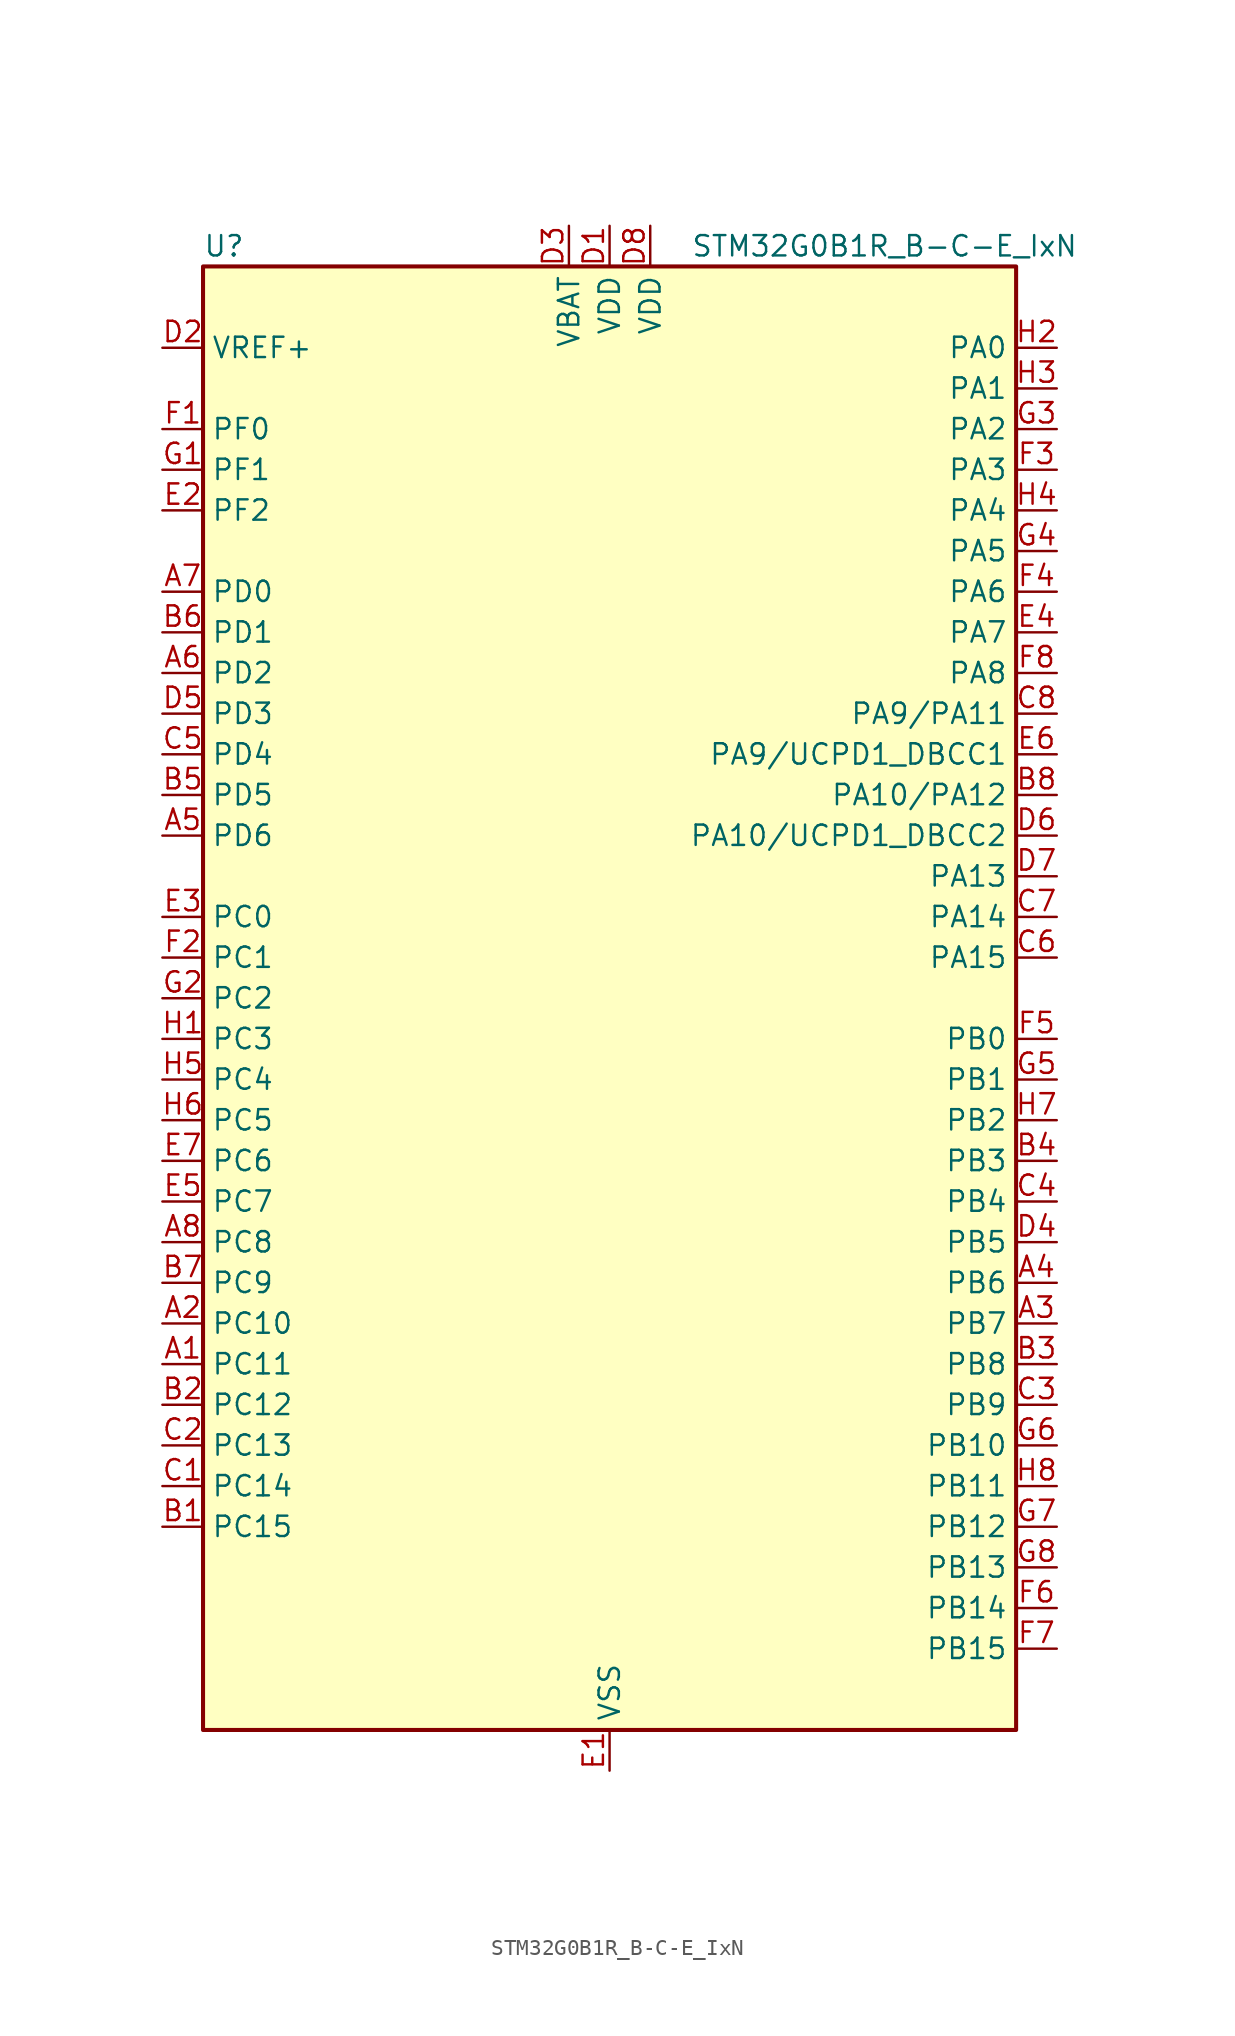
<source format=kicad_sym>
(kicad_symbol_lib
  (version 20241209)
  (generator "kicad_symbol_editor")
  (generator_version "9.0")
  (symbol "STM32G0B1R_B-C-E_IxN"
    (property "Reference" "U"
      (at -25.4 46.99 0)
      (effects (font (size 1.27 1.27)) (justify left)))
    (property "Value" "STM32G0B1R_B-C-E_IxN"
      (at 5.08 46.99 0)
      (effects (font (size 1.27 1.27)) (justify left)))
    (symbol "STM32G0B1R_B-C-E_IxN_0_1"
      (rectangle (start -25.4 -45.72) (end 25.4 45.72) (stroke (width 0.254) (type default)) (fill (type background))))
    (symbol "STM32G0B1R_B-C-E_IxN_1_1"
      (pin input line (at -27.94 40.64 0) (length 2.54) (name "VREF+" (effects (font (size 1.27 1.27)))) (number "D2" (effects (font (size 1.27 1.27)))) (alternate "VREFBUF_OUT" bidirectional line))
      (pin bidirectional line (at -27.94 35.56 0) (length 2.54) (name "PF0" (effects (font (size 1.27 1.27)))) (number "F1" (effects (font (size 1.27 1.27)))) (alternate "CRS1_SYNC" bidirectional line) (alternate "RCC_OSC_IN" bidirectional line) (alternate "TIM14_CH1" bidirectional line))
      (pin bidirectional line (at -27.94 33.02 0) (length 2.54) (name "PF1" (effects (font (size 1.27 1.27)))) (number "G1" (effects (font (size 1.27 1.27)))) (alternate "RCC_OSC_EN" bidirectional line) (alternate "RCC_OSC_OUT" bidirectional line) (alternate "TIM15_CH1N" bidirectional line))
      (pin bidirectional line (at -27.94 30.48 0) (length 2.54) (name "PF2" (effects (font (size 1.27 1.27)))) (number "E2" (effects (font (size 1.27 1.27)))) (alternate "LPUART2_DE" bidirectional line) (alternate "LPUART2_RTS" bidirectional line) (alternate "LPUART2_TX" bidirectional line) (alternate "RCC_MCO" bidirectional line))
      (pin bidirectional line (at -27.94 25.4 0) (length 2.54) (name "PD0" (effects (font (size 1.27 1.27)))) (number "A7" (effects (font (size 1.27 1.27)))) (alternate "FDCAN1_RX" bidirectional line) (alternate "I2S2_WS" bidirectional line) (alternate "SPI2_NSS" bidirectional line) (alternate "TIM16_CH1" bidirectional line) (alternate "UCPD2_CC1" bidirectional line))
      (pin bidirectional line (at -27.94 22.86 0) (length 2.54) (name "PD1" (effects (font (size 1.27 1.27)))) (number "B6" (effects (font (size 1.27 1.27)))) (alternate "FDCAN1_TX" bidirectional line) (alternate "I2S2_CK" bidirectional line) (alternate "SPI2_SCK" bidirectional line) (alternate "TIM17_CH1" bidirectional line) (alternate "UCPD2_DBCC1" bidirectional line))
      (pin bidirectional line (at -27.94 20.32 0) (length 2.54) (name "PD2" (effects (font (size 1.27 1.27)))) (number "A6" (effects (font (size 1.27 1.27)))) (alternate "TIM1_CH1N" bidirectional line) (alternate "TIM3_ETR" bidirectional line) (alternate "UCPD2_CC2" bidirectional line) (alternate "USART3_CK" bidirectional line) (alternate "USART3_DE" bidirectional line) (alternate "USART3_RTS" bidirectional line) (alternate "USART5_RX" bidirectional line))
      (pin bidirectional line (at -27.94 17.78 0) (length 2.54) (name "PD3" (effects (font (size 1.27 1.27)))) (number "D5" (effects (font (size 1.27 1.27)))) (alternate "I2S2_MCK" bidirectional line) (alternate "SPI2_MISO" bidirectional line) (alternate "TIM1_CH2N" bidirectional line) (alternate "UCPD2_DBCC2" bidirectional line) (alternate "USART2_CTS" bidirectional line) (alternate "USART2_NSS" bidirectional line) (alternate "USART5_TX" bidirectional line))
      (pin bidirectional line (at -27.94 15.24 0) (length 2.54) (name "PD4" (effects (font (size 1.27 1.27)))) (number "C5" (effects (font (size 1.27 1.27)))) (alternate "I2S2_SD" bidirectional line) (alternate "SPI2_MOSI" bidirectional line) (alternate "TIM1_CH3N" bidirectional line) (alternate "USART2_CK" bidirectional line) (alternate "USART2_DE" bidirectional line) (alternate "USART2_RTS" bidirectional line) (alternate "USART5_CK" bidirectional line) (alternate "USART5_DE" bidirectional line) (alternate "USART5_RTS" bidirectional line))
      (pin bidirectional line (at -27.94 12.7 0) (length 2.54) (name "PD5" (effects (font (size 1.27 1.27)))) (number "B5" (effects (font (size 1.27 1.27)))) (alternate "I2S1_MCK" bidirectional line) (alternate "SPI1_MISO" bidirectional line) (alternate "TIM1_BK" bidirectional line) (alternate "USART2_TX" bidirectional line) (alternate "USART5_CTS" bidirectional line) (alternate "USART5_NSS" bidirectional line))
      (pin bidirectional line (at -27.94 10.16 0) (length 2.54) (name "PD6" (effects (font (size 1.27 1.27)))) (number "A5" (effects (font (size 1.27 1.27)))) (alternate "I2S1_SD" bidirectional line) (alternate "LPTIM2_OUT" bidirectional line) (alternate "SPI1_MOSI" bidirectional line) (alternate "USART2_RX" bidirectional line))
      (pin bidirectional line (at -27.94 5.08 0) (length 2.54) (name "PC0" (effects (font (size 1.27 1.27)))) (number "E3" (effects (font (size 1.27 1.27)))) (alternate "COMP3_INM" bidirectional line) (alternate "COMP3_OUT" bidirectional line) (alternate "I2C3_SCL" bidirectional line) (alternate "LPTIM1_IN1" bidirectional line) (alternate "LPTIM2_IN1" bidirectional line) (alternate "LPUART1_RX" bidirectional line) (alternate "LPUART2_TX" bidirectional line) (alternate "USART6_TX" bidirectional line))
      (pin bidirectional line (at -27.94 2.54 0) (length 2.54) (name "PC1" (effects (font (size 1.27 1.27)))) (number "F2" (effects (font (size 1.27 1.27)))) (alternate "COMP3_INP" bidirectional line) (alternate "I2C3_SDA" bidirectional line) (alternate "LPTIM1_OUT" bidirectional line) (alternate "LPUART1_TX" bidirectional line) (alternate "LPUART2_RX" bidirectional line) (alternate "TIM15_CH1" bidirectional line) (alternate "USART6_RX" bidirectional line))
      (pin bidirectional line (at -27.94 0 0) (length 2.54) (name "PC2" (effects (font (size 1.27 1.27)))) (number "G2" (effects (font (size 1.27 1.27)))) (alternate "COMP3_OUT" bidirectional line) (alternate "FDCAN2_RX" bidirectional line) (alternate "I2S2_MCK" bidirectional line) (alternate "LPTIM1_IN2" bidirectional line) (alternate "SPI2_MISO" bidirectional line) (alternate "TIM15_CH2" bidirectional line))
      (pin bidirectional line (at -27.94 -2.54 0) (length 2.54) (name "PC3" (effects (font (size 1.27 1.27)))) (number "H1" (effects (font (size 1.27 1.27)))) (alternate "FDCAN2_TX" bidirectional line) (alternate "I2S2_SD" bidirectional line) (alternate "LPTIM1_ETR" bidirectional line) (alternate "LPTIM2_ETR" bidirectional line) (alternate "SPI2_MOSI" bidirectional line))
      (pin bidirectional line (at -27.94 -5.08 0) (length 2.54) (name "PC4" (effects (font (size 1.27 1.27)))) (number "H5" (effects (font (size 1.27 1.27)))) (alternate "ADC1_IN17" bidirectional line) (alternate "COMP1_INM" bidirectional line) (alternate "FDCAN1_RX" bidirectional line) (alternate "TIM2_CH1" bidirectional line) (alternate "TIM2_ETR" bidirectional line) (alternate "USART1_TX" bidirectional line) (alternate "USART3_TX" bidirectional line))
      (pin bidirectional line (at -27.94 -7.62 0) (length 2.54) (name "PC5" (effects (font (size 1.27 1.27)))) (number "H6" (effects (font (size 1.27 1.27)))) (alternate "ADC1_IN18" bidirectional line) (alternate "COMP1_INP" bidirectional line) (alternate "FDCAN1_TX" bidirectional line) (alternate "SYS_WKUP5" bidirectional line) (alternate "TIM2_CH2" bidirectional line) (alternate "USART1_RX" bidirectional line) (alternate "USART3_RX" bidirectional line))
      (pin bidirectional line (at -27.94 -10.16 0) (length 2.54) (name "PC6" (effects (font (size 1.27 1.27)))) (number "E7" (effects (font (size 1.27 1.27)))) (alternate "LPUART2_TX" bidirectional line) (alternate "TIM2_CH3" bidirectional line) (alternate "TIM3_CH1" bidirectional line) (alternate "UCPD1_FRSTX1" bidirectional line) (alternate "UCPD1_FRSTX2" bidirectional line))
      (pin bidirectional line (at -27.94 -12.7 0) (length 2.54) (name "PC7" (effects (font (size 1.27 1.27)))) (number "E5" (effects (font (size 1.27 1.27)))) (alternate "LPUART2_RX" bidirectional line) (alternate "TIM2_CH4" bidirectional line) (alternate "TIM3_CH2" bidirectional line) (alternate "UCPD2_FRSTX1" bidirectional line) (alternate "UCPD2_FRSTX2" bidirectional line))
      (pin bidirectional line (at -27.94 -15.24 0) (length 2.54) (name "PC8" (effects (font (size 1.27 1.27)))) (number "A8" (effects (font (size 1.27 1.27)))) (alternate "LPUART2_CTS" bidirectional line) (alternate "TIM1_CH1" bidirectional line) (alternate "TIM3_CH3" bidirectional line) (alternate "UCPD2_FRSTX1" bidirectional line) (alternate "UCPD2_FRSTX2" bidirectional line))
      (pin bidirectional line (at -27.94 -17.78 0) (length 2.54) (name "PC9" (effects (font (size 1.27 1.27)))) (number "B7" (effects (font (size 1.27 1.27)))) (alternate "DAC1_EXTI9" bidirectional line) (alternate "I2S_CKIN" bidirectional line) (alternate "LPUART2_DE" bidirectional line) (alternate "LPUART2_RTS" bidirectional line) (alternate "TIM1_CH2" bidirectional line) (alternate "TIM3_CH4" bidirectional line) (alternate "USB_NOE" bidirectional line))
      (pin bidirectional line (at -27.94 -20.32 0) (length 2.54) (name "PC10" (effects (font (size 1.27 1.27)))) (number "A2" (effects (font (size 1.27 1.27)))) (alternate "SPI3_SCK" bidirectional line) (alternate "TIM1_CH3" bidirectional line) (alternate "USART3_TX" bidirectional line) (alternate "USART4_TX" bidirectional line))
      (pin bidirectional line (at -27.94 -22.86 0) (length 2.54) (name "PC11" (effects (font (size 1.27 1.27)))) (number "A1" (effects (font (size 1.27 1.27)))) (alternate "ADC1_EXTI11" bidirectional line) (alternate "SPI3_MISO" bidirectional line) (alternate "TIM1_CH4" bidirectional line) (alternate "USART3_RX" bidirectional line) (alternate "USART4_RX" bidirectional line))
      (pin bidirectional line (at -27.94 -25.4 0) (length 2.54) (name "PC12" (effects (font (size 1.27 1.27)))) (number "B2" (effects (font (size 1.27 1.27)))) (alternate "LPTIM1_IN1" bidirectional line) (alternate "SPI3_MOSI" bidirectional line) (alternate "TIM14_CH1" bidirectional line) (alternate "UCPD1_FRSTX1" bidirectional line) (alternate "UCPD1_FRSTX2" bidirectional line) (alternate "USART5_TX" bidirectional line))
      (pin bidirectional line (at -27.94 -27.94 0) (length 2.54) (name "PC13" (effects (font (size 1.27 1.27)))) (number "C2" (effects (font (size 1.27 1.27)))) (alternate "RTC_OUT1" bidirectional line) (alternate "RTC_TAMP_IN1" bidirectional line) (alternate "RTC_TS" bidirectional line) (alternate "SYS_WKUP2" bidirectional line) (alternate "TIM1_BK" bidirectional line))
      (pin bidirectional line (at -27.94 -30.48 0) (length 2.54) (name "PC14" (effects (font (size 1.27 1.27)))) (number "C1" (effects (font (size 1.27 1.27)))) (alternate "RCC_OSC32_IN" bidirectional line) (alternate "TIM1_BK2" bidirectional line))
      (pin bidirectional line (at -27.94 -33.02 0) (length 2.54) (name "PC15" (effects (font (size 1.27 1.27)))) (number "B1" (effects (font (size 1.27 1.27)))) (alternate "RCC_OSC32_EN" bidirectional line) (alternate "RCC_OSC32_OUT" bidirectional line) (alternate "RCC_OSC_EN" bidirectional line) (alternate "TIM15_BK" bidirectional line))
      (pin power_in line (at -2.54 48.26 270) (length 2.54) (name "VBAT" (effects (font (size 1.27 1.27)))) (number "D3" (effects (font (size 1.27 1.27)))))
      (pin power_in line (at 0 48.26 270) (length 2.54) (name "VDD" (effects (font (size 1.27 1.27)))) (number "D1" (effects (font (size 1.27 1.27)))))
      (pin power_in line (at 0 -48.26 90) (length 2.54) (name "VSS" (effects (font (size 1.27 1.27)))) (number "E1" (effects (font (size 1.27 1.27)))))
      (pin passive line (at 0 -48.26 90) (length 2.54) (hide yes) (name "VSS" (effects (font (size 1.27 1.27)))) (number "E8" (effects (font (size 1.27 1.27)))))
      (pin power_in line (at 2.54 48.26 270) (length 2.54) (name "VDD" (effects (font (size 1.27 1.27)))) (number "D8" (effects (font (size 1.27 1.27)))))
      (pin bidirectional line (at 27.94 40.64 180) (length 2.54) (name "PA0" (effects (font (size 1.27 1.27)))) (number "H2" (effects (font (size 1.27 1.27)))) (alternate "ADC1_IN0" bidirectional line) (alternate "COMP1_INM" bidirectional line) (alternate "COMP1_OUT" bidirectional line) (alternate "I2S2_CK" bidirectional line) (alternate "LPTIM1_OUT" bidirectional line) (alternate "RTC_TAMP_IN2" bidirectional line) (alternate "SPI2_SCK" bidirectional line) (alternate "SYS_WKUP1" bidirectional line) (alternate "TIM2_CH1" bidirectional line) (alternate "TIM2_ETR" bidirectional line) (alternate "UCPD2_FRSTX1" bidirectional line) (alternate "UCPD2_FRSTX2" bidirectional line) (alternate "USART2_CTS" bidirectional line) (alternate "USART2_NSS" bidirectional line) (alternate "USART4_TX" bidirectional line))
      (pin bidirectional line (at 27.94 38.1 180) (length 2.54) (name "PA1" (effects (font (size 1.27 1.27)))) (number "H3" (effects (font (size 1.27 1.27)))) (alternate "ADC1_IN1" bidirectional line) (alternate "COMP1_INP" bidirectional line) (alternate "I2C1_SMBA" bidirectional line) (alternate "I2S1_CK" bidirectional line) (alternate "SPI1_SCK" bidirectional line) (alternate "TIM15_CH1N" bidirectional line) (alternate "TIM2_CH2" bidirectional line) (alternate "USART2_CK" bidirectional line) (alternate "USART2_DE" bidirectional line) (alternate "USART2_RTS" bidirectional line) (alternate "USART4_RX" bidirectional line))
      (pin bidirectional line (at 27.94 35.56 180) (length 2.54) (name "PA2" (effects (font (size 1.27 1.27)))) (number "G3" (effects (font (size 1.27 1.27)))) (alternate "ADC1_IN2" bidirectional line) (alternate "COMP2_INM" bidirectional line) (alternate "COMP2_OUT" bidirectional line) (alternate "I2S1_SD" bidirectional line) (alternate "LPUART1_TX" bidirectional line) (alternate "RCC_LSCO" bidirectional line) (alternate "SPI1_MOSI" bidirectional line) (alternate "SYS_WKUP4" bidirectional line) (alternate "TIM15_CH1" bidirectional line) (alternate "TIM2_CH3" bidirectional line) (alternate "UCPD1_FRSTX1" bidirectional line) (alternate "UCPD1_FRSTX2" bidirectional line) (alternate "USART2_TX" bidirectional line))
      (pin bidirectional line (at 27.94 33.02 180) (length 2.54) (name "PA3" (effects (font (size 1.27 1.27)))) (number "F3" (effects (font (size 1.27 1.27)))) (alternate "ADC1_IN3" bidirectional line) (alternate "COMP2_INP" bidirectional line) (alternate "I2S2_MCK" bidirectional line) (alternate "LPUART1_RX" bidirectional line) (alternate "SPI2_MISO" bidirectional line) (alternate "TIM15_CH2" bidirectional line) (alternate "TIM2_CH4" bidirectional line) (alternate "UCPD2_FRSTX1" bidirectional line) (alternate "UCPD2_FRSTX2" bidirectional line) (alternate "USART2_RX" bidirectional line))
      (pin bidirectional line (at 27.94 30.48 180) (length 2.54) (name "PA4" (effects (font (size 1.27 1.27)))) (number "H4" (effects (font (size 1.27 1.27)))) (alternate "ADC1_IN4" bidirectional line) (alternate "DAC1_OUT1" bidirectional line) (alternate "I2S1_WS" bidirectional line) (alternate "I2S2_SD" bidirectional line) (alternate "LPTIM2_OUT" bidirectional line) (alternate "RTC_OUT2" bidirectional line) (alternate "SPI1_NSS" bidirectional line) (alternate "SPI2_MOSI" bidirectional line) (alternate "SPI3_NSS" bidirectional line) (alternate "TIM14_CH1" bidirectional line) (alternate "UCPD2_FRSTX1" bidirectional line) (alternate "UCPD2_FRSTX2" bidirectional line) (alternate "USART6_TX" bidirectional line) (alternate "USB_NOE" bidirectional line))
      (pin bidirectional line (at 27.94 27.94 180) (length 2.54) (name "PA5" (effects (font (size 1.27 1.27)))) (number "G4" (effects (font (size 1.27 1.27)))) (alternate "ADC1_IN5" bidirectional line) (alternate "CEC" bidirectional line) (alternate "DAC1_OUT2" bidirectional line) (alternate "I2S1_CK" bidirectional line) (alternate "LPTIM2_ETR" bidirectional line) (alternate "SPI1_SCK" bidirectional line) (alternate "TIM2_CH1" bidirectional line) (alternate "TIM2_ETR" bidirectional line) (alternate "UCPD1_FRSTX1" bidirectional line) (alternate "UCPD1_FRSTX2" bidirectional line) (alternate "USART3_TX" bidirectional line) (alternate "USART6_RX" bidirectional line))
      (pin bidirectional line (at 27.94 25.4 180) (length 2.54) (name "PA6" (effects (font (size 1.27 1.27)))) (number "F4" (effects (font (size 1.27 1.27)))) (alternate "ADC1_IN6" bidirectional line) (alternate "COMP1_OUT" bidirectional line) (alternate "I2C2_SDA" bidirectional line) (alternate "I2C3_SDA" bidirectional line) (alternate "I2S1_MCK" bidirectional line) (alternate "LPUART1_CTS" bidirectional line) (alternate "SPI1_MISO" bidirectional line) (alternate "TIM16_CH1" bidirectional line) (alternate "TIM1_BK" bidirectional line) (alternate "TIM3_CH1" bidirectional line) (alternate "USART3_CTS" bidirectional line) (alternate "USART3_NSS" bidirectional line) (alternate "USART6_CTS" bidirectional line) (alternate "USART6_NSS" bidirectional line))
      (pin bidirectional line (at 27.94 22.86 180) (length 2.54) (name "PA7" (effects (font (size 1.27 1.27)))) (number "E4" (effects (font (size 1.27 1.27)))) (alternate "ADC1_IN7" bidirectional line) (alternate "COMP2_OUT" bidirectional line) (alternate "I2C2_SCL" bidirectional line) (alternate "I2C3_SCL" bidirectional line) (alternate "I2S1_SD" bidirectional line) (alternate "SPI1_MOSI" bidirectional line) (alternate "TIM14_CH1" bidirectional line) (alternate "TIM17_CH1" bidirectional line) (alternate "TIM1_CH1N" bidirectional line) (alternate "TIM3_CH2" bidirectional line) (alternate "UCPD1_FRSTX1" bidirectional line) (alternate "UCPD1_FRSTX2" bidirectional line) (alternate "USART6_CK" bidirectional line) (alternate "USART6_DE" bidirectional line) (alternate "USART6_RTS" bidirectional line))
      (pin bidirectional line (at 27.94 20.32 180) (length 2.54) (name "PA8" (effects (font (size 1.27 1.27)))) (number "F8" (effects (font (size 1.27 1.27)))) (alternate "CRS1_SYNC" bidirectional line) (alternate "I2C2_SMBA" bidirectional line) (alternate "I2S2_WS" bidirectional line) (alternate "LPTIM2_OUT" bidirectional line) (alternate "RCC_MCO" bidirectional line) (alternate "SPI2_NSS" bidirectional line) (alternate "TIM1_CH1" bidirectional line) (alternate "UCPD1_CC1" bidirectional line))
      (pin bidirectional line (at 27.94 17.78 180) (length 2.54) (name "PA9/PA11" (effects (font (size 1.27 1.27)))) (number "C8" (effects (font (size 1.27 1.27)))) (alternate "ADC1_EXTI11 (PA11)" bidirectional line) (alternate "COMP1_OUT (PA11)" bidirectional line) (alternate "DAC1_EXTI9 (PA9)" bidirectional line) (alternate "FDCAN1_RX (PA11)" bidirectional line) (alternate "I2C1_SCL (PA9)" bidirectional line) (alternate "I2C2_SCL (PA11)" bidirectional line) (alternate "I2C2_SCL (PA9)" bidirectional line) (alternate "I2S1_MCK (PA11)" bidirectional line) (alternate "I2S2_MCK (PA9)" bidirectional line) (alternate "PA11" bidirectional line) (alternate "PA9" bidirectional line) (alternate "RCC_MCO (PA9)" bidirectional line) (alternate "SPI1_MISO (PA11)" bidirectional line) (alternate "SPI2_MISO (PA9)" bidirectional line) (alternate "TIM15_BK (PA9)" bidirectional line) (alternate "TIM1_BK2 (PA11)" bidirectional line) (alternate "TIM1_CH2 (PA9)" bidirectional line) (alternate "TIM1_CH4 (PA11)" bidirectional line) (alternate "UCPD1_DBCC1 (PA9)" bidirectional line) (alternate "USART1_CTS (PA11)" bidirectional line) (alternate "USART1_NSS (PA11)" bidirectional line) (alternate "USART1_TX (PA9)" bidirectional line) (alternate "USB_DM (PA11)" bidirectional line))
      (pin bidirectional line (at 27.94 15.24 180) (length 2.54) (name "PA9/UCPD1_DBCC1" (effects (font (size 1.27 1.27)))) (number "E6" (effects (font (size 1.27 1.27)))) (alternate "DAC1_EXTI9 (PA9)" bidirectional line) (alternate "I2C1_SCL (PA9)" bidirectional line) (alternate "I2C2_SCL (PA9)" bidirectional line) (alternate "I2S2_MCK (PA9)" bidirectional line) (alternate "PA9" bidirectional line) (alternate "RCC_MCO (PA9)" bidirectional line) (alternate "SPI2_MISO (PA9)" bidirectional line) (alternate "TIM15_BK (PA9)" bidirectional line) (alternate "TIM1_CH2 (PA9)" bidirectional line) (alternate "UCPD1_DBCC1" bidirectional line) (alternate "UCPD1_DBCC1 (PA9)" bidirectional line) (alternate "UCPD1_DBCC1 (UCPD1_DBCC1)" bidirectional line) (alternate "USART1_TX (PA9)" bidirectional line))
      (pin bidirectional line (at 27.94 12.7 180) (length 2.54) (name "PA10/PA12" (effects (font (size 1.27 1.27)))) (number "B8" (effects (font (size 1.27 1.27)))) (alternate "COMP2_OUT (PA12)" bidirectional line) (alternate "FDCAN1_TX (PA12)" bidirectional line) (alternate "I2C1_SDA (PA10)" bidirectional line) (alternate "I2C2_SDA (PA10)" bidirectional line) (alternate "I2C2_SDA (PA12)" bidirectional line) (alternate "I2S1_SD (PA12)" bidirectional line) (alternate "I2S2_SD (PA10)" bidirectional line) (alternate "I2S_CKIN (PA12)" bidirectional line) (alternate "PA10" bidirectional line) (alternate "PA12" bidirectional line) (alternate "RCC_MCO_2 (PA10)" bidirectional line) (alternate "SPI1_MOSI (PA12)" bidirectional line) (alternate "SPI2_MOSI (PA10)" bidirectional line) (alternate "TIM17_BK (PA10)" bidirectional line) (alternate "TIM1_CH3 (PA10)" bidirectional line) (alternate "TIM1_ETR (PA12)" bidirectional line) (alternate "UCPD1_DBCC2 (PA10)" bidirectional line) (alternate "USART1_CK (PA12)" bidirectional line) (alternate "USART1_DE (PA12)" bidirectional line) (alternate "USART1_RTS (PA12)" bidirectional line) (alternate "USART1_RX (PA10)" bidirectional line) (alternate "USB_DP (PA12)" bidirectional line))
      (pin bidirectional line (at 27.94 10.16 180) (length 2.54) (name "PA10/UCPD1_DBCC2" (effects (font (size 1.27 1.27)))) (number "D6" (effects (font (size 1.27 1.27)))) (alternate "I2C1_SDA (PA10)" bidirectional line) (alternate "I2C2_SDA (PA10)" bidirectional line) (alternate "I2S2_SD (PA10)" bidirectional line) (alternate "PA10" bidirectional line) (alternate "RCC_MCO_2 (PA10)" bidirectional line) (alternate "SPI2_MOSI (PA10)" bidirectional line) (alternate "TIM17_BK (PA10)" bidirectional line) (alternate "TIM1_CH3 (PA10)" bidirectional line) (alternate "UCPD1_DBCC2" bidirectional line) (alternate "UCPD1_DBCC2 (PA10)" bidirectional line) (alternate "UCPD1_DBCC2 (UCPD1_DBCC2)" bidirectional line) (alternate "USART1_RX (PA10)" bidirectional line))
      (pin bidirectional line (at 27.94 7.62 180) (length 2.54) (name "PA13" (effects (font (size 1.27 1.27)))) (number "D7" (effects (font (size 1.27 1.27)))) (alternate "IR_OUT" bidirectional line) (alternate "LPUART2_RX" bidirectional line) (alternate "SYS_SWDIO" bidirectional line) (alternate "USB_NOE" bidirectional line))
      (pin bidirectional line (at 27.94 5.08 180) (length 2.54) (name "PA14" (effects (font (size 1.27 1.27)))) (number "C7" (effects (font (size 1.27 1.27)))) (alternate "LPUART2_TX" bidirectional line) (alternate "SYS_SWCLK" bidirectional line) (alternate "USART2_TX" bidirectional line))
      (pin bidirectional line (at 27.94 2.54 180) (length 2.54) (name "PA15" (effects (font (size 1.27 1.27)))) (number "C6" (effects (font (size 1.27 1.27)))) (alternate "I2C2_SMBA" bidirectional line) (alternate "I2S1_WS" bidirectional line) (alternate "RCC_MCO_2" bidirectional line) (alternate "SPI1_NSS" bidirectional line) (alternate "SPI3_NSS" bidirectional line) (alternate "TIM2_CH1" bidirectional line) (alternate "TIM2_ETR" bidirectional line) (alternate "USART2_RX" bidirectional line) (alternate "USART3_CK" bidirectional line) (alternate "USART3_DE" bidirectional line) (alternate "USART3_RTS" bidirectional line) (alternate "USART4_CK" bidirectional line) (alternate "USART4_DE" bidirectional line) (alternate "USART4_RTS" bidirectional line) (alternate "USB_NOE" bidirectional line))
      (pin bidirectional line (at 27.94 -2.54 180) (length 2.54) (name "PB0" (effects (font (size 1.27 1.27)))) (number "F5" (effects (font (size 1.27 1.27)))) (alternate "ADC1_IN8" bidirectional line) (alternate "COMP1_OUT" bidirectional line) (alternate "COMP3_INP" bidirectional line) (alternate "FDCAN2_RX" bidirectional line) (alternate "I2S1_WS" bidirectional line) (alternate "LPTIM1_OUT" bidirectional line) (alternate "LPUART2_CTS" bidirectional line) (alternate "SPI1_NSS" bidirectional line) (alternate "TIM1_CH2N" bidirectional line) (alternate "TIM3_CH3" bidirectional line) (alternate "UCPD1_FRSTX1" bidirectional line) (alternate "UCPD1_FRSTX2" bidirectional line) (alternate "USART3_RX" bidirectional line) (alternate "USART5_TX" bidirectional line))
      (pin bidirectional line (at 27.94 -5.08 180) (length 2.54) (name "PB1" (effects (font (size 1.27 1.27)))) (number "G5" (effects (font (size 1.27 1.27)))) (alternate "ADC1_IN9" bidirectional line) (alternate "COMP1_INM" bidirectional line) (alternate "COMP3_OUT" bidirectional line) (alternate "FDCAN2_TX" bidirectional line) (alternate "LPTIM2_IN1" bidirectional line) (alternate "LPUART1_DE" bidirectional line) (alternate "LPUART1_RTS" bidirectional line) (alternate "LPUART2_DE" bidirectional line) (alternate "LPUART2_RTS" bidirectional line) (alternate "TIM14_CH1" bidirectional line) (alternate "TIM1_CH3N" bidirectional line) (alternate "TIM3_CH4" bidirectional line) (alternate "USART3_CK" bidirectional line) (alternate "USART3_DE" bidirectional line) (alternate "USART3_RTS" bidirectional line) (alternate "USART5_RX" bidirectional line))
      (pin bidirectional line (at 27.94 -7.62 180) (length 2.54) (name "PB2" (effects (font (size 1.27 1.27)))) (number "H7" (effects (font (size 1.27 1.27)))) (alternate "ADC1_IN10" bidirectional line) (alternate "COMP1_INP" bidirectional line) (alternate "COMP3_INM" bidirectional line) (alternate "I2S2_MCK" bidirectional line) (alternate "LPTIM1_OUT" bidirectional line) (alternate "RCC_MCO_2" bidirectional line) (alternate "SPI2_MISO" bidirectional line) (alternate "USART3_TX" bidirectional line))
      (pin bidirectional line (at 27.94 -10.16 180) (length 2.54) (name "PB3" (effects (font (size 1.27 1.27)))) (number "B4" (effects (font (size 1.27 1.27)))) (alternate "COMP2_INM" bidirectional line) (alternate "I2C2_SCL" bidirectional line) (alternate "I2C3_SCL" bidirectional line) (alternate "I2S1_CK" bidirectional line) (alternate "SPI1_SCK" bidirectional line) (alternate "SPI3_SCK" bidirectional line) (alternate "TIM1_CH2" bidirectional line) (alternate "TIM2_CH2" bidirectional line) (alternate "USART1_CK" bidirectional line) (alternate "USART1_DE" bidirectional line) (alternate "USART1_RTS" bidirectional line) (alternate "USART5_TX" bidirectional line))
      (pin bidirectional line (at 27.94 -12.7 180) (length 2.54) (name "PB4" (effects (font (size 1.27 1.27)))) (number "C4" (effects (font (size 1.27 1.27)))) (alternate "COMP2_INP" bidirectional line) (alternate "I2C2_SDA" bidirectional line) (alternate "I2C3_SDA" bidirectional line) (alternate "I2S1_MCK" bidirectional line) (alternate "SPI1_MISO" bidirectional line) (alternate "SPI3_MISO" bidirectional line) (alternate "TIM17_BK" bidirectional line) (alternate "TIM3_CH1" bidirectional line) (alternate "USART1_CTS" bidirectional line) (alternate "USART1_NSS" bidirectional line) (alternate "USART5_RX" bidirectional line))
      (pin bidirectional line (at 27.94 -15.24 180) (length 2.54) (name "PB5" (effects (font (size 1.27 1.27)))) (number "D4" (effects (font (size 1.27 1.27)))) (alternate "COMP2_OUT" bidirectional line) (alternate "FDCAN2_RX" bidirectional line) (alternate "I2C1_SMBA" bidirectional line) (alternate "I2S1_SD" bidirectional line) (alternate "LPTIM1_IN1" bidirectional line) (alternate "SPI1_MOSI" bidirectional line) (alternate "SPI3_MOSI" bidirectional line) (alternate "SYS_WKUP6" bidirectional line) (alternate "TIM16_BK" bidirectional line) (alternate "TIM3_CH2" bidirectional line) (alternate "USART5_CK" bidirectional line) (alternate "USART5_DE" bidirectional line) (alternate "USART5_RTS" bidirectional line))
      (pin bidirectional line (at 27.94 -17.78 180) (length 2.54) (name "PB6" (effects (font (size 1.27 1.27)))) (number "A4" (effects (font (size 1.27 1.27)))) (alternate "COMP2_INP" bidirectional line) (alternate "FDCAN2_TX" bidirectional line) (alternate "I2C1_SCL" bidirectional line) (alternate "I2S2_MCK" bidirectional line) (alternate "LPTIM1_ETR" bidirectional line) (alternate "LPUART2_TX" bidirectional line) (alternate "SPI2_MISO" bidirectional line) (alternate "TIM16_CH1N" bidirectional line) (alternate "TIM1_CH3" bidirectional line) (alternate "TIM4_CH1" bidirectional line) (alternate "USART1_TX" bidirectional line) (alternate "USART5_CTS" bidirectional line) (alternate "USART5_NSS" bidirectional line))
      (pin bidirectional line (at 27.94 -20.32 180) (length 2.54) (name "PB7" (effects (font (size 1.27 1.27)))) (number "A3" (effects (font (size 1.27 1.27)))) (alternate "COMP2_INM" bidirectional line) (alternate "I2C1_SDA" bidirectional line) (alternate "I2S2_SD" bidirectional line) (alternate "LPTIM1_IN2" bidirectional line) (alternate "LPUART2_RX" bidirectional line) (alternate "SPI2_MOSI" bidirectional line) (alternate "SYS_PVD_IN" bidirectional line) (alternate "TIM17_CH1N" bidirectional line) (alternate "TIM4_CH2" bidirectional line) (alternate "USART1_RX" bidirectional line) (alternate "USART4_CTS" bidirectional line) (alternate "USART4_NSS" bidirectional line))
      (pin bidirectional line (at 27.94 -22.86 180) (length 2.54) (name "PB8" (effects (font (size 1.27 1.27)))) (number "B3" (effects (font (size 1.27 1.27)))) (alternate "CEC" bidirectional line) (alternate "FDCAN1_RX" bidirectional line) (alternate "I2C1_SCL" bidirectional line) (alternate "I2S2_CK" bidirectional line) (alternate "SPI2_SCK" bidirectional line) (alternate "TIM15_BK" bidirectional line) (alternate "TIM16_CH1" bidirectional line) (alternate "TIM4_CH3" bidirectional line) (alternate "USART3_TX" bidirectional line) (alternate "USART6_TX" bidirectional line))
      (pin bidirectional line (at 27.94 -25.4 180) (length 2.54) (name "PB9" (effects (font (size 1.27 1.27)))) (number "C3" (effects (font (size 1.27 1.27)))) (alternate "DAC1_EXTI9" bidirectional line) (alternate "FDCAN1_TX" bidirectional line) (alternate "I2C1_SDA" bidirectional line) (alternate "I2S2_WS" bidirectional line) (alternate "IR_OUT" bidirectional line) (alternate "SPI2_NSS" bidirectional line) (alternate "TIM17_CH1" bidirectional line) (alternate "TIM4_CH4" bidirectional line) (alternate "UCPD2_FRSTX1" bidirectional line) (alternate "UCPD2_FRSTX2" bidirectional line) (alternate "USART3_RX" bidirectional line) (alternate "USART6_RX" bidirectional line))
      (pin bidirectional line (at 27.94 -27.94 180) (length 2.54) (name "PB10" (effects (font (size 1.27 1.27)))) (number "G6" (effects (font (size 1.27 1.27)))) (alternate "ADC1_IN11" bidirectional line) (alternate "CEC" bidirectional line) (alternate "COMP1_OUT" bidirectional line) (alternate "I2C2_SCL" bidirectional line) (alternate "I2S2_CK" bidirectional line) (alternate "LPUART1_RX" bidirectional line) (alternate "SPI2_SCK" bidirectional line) (alternate "TIM2_CH3" bidirectional line) (alternate "USART3_TX" bidirectional line))
      (pin bidirectional line (at 27.94 -30.48 180) (length 2.54) (name "PB11" (effects (font (size 1.27 1.27)))) (number "H8" (effects (font (size 1.27 1.27)))) (alternate "ADC1_EXTI11" bidirectional line) (alternate "ADC1_IN15" bidirectional line) (alternate "COMP2_OUT" bidirectional line) (alternate "I2C2_SDA" bidirectional line) (alternate "I2S2_SD" bidirectional line) (alternate "LPUART1_TX" bidirectional line) (alternate "SPI2_MOSI" bidirectional line) (alternate "TIM2_CH4" bidirectional line) (alternate "USART3_RX" bidirectional line))
      (pin bidirectional line (at 27.94 -33.02 180) (length 2.54) (name "PB12" (effects (font (size 1.27 1.27)))) (number "G7" (effects (font (size 1.27 1.27)))) (alternate "ADC1_IN16" bidirectional line) (alternate "FDCAN2_RX" bidirectional line) (alternate "I2C2_SMBA" bidirectional line) (alternate "I2S2_WS" bidirectional line) (alternate "LPUART1_DE" bidirectional line) (alternate "LPUART1_RTS" bidirectional line) (alternate "SPI2_NSS" bidirectional line) (alternate "TIM15_BK" bidirectional line) (alternate "TIM1_BK" bidirectional line) (alternate "UCPD2_FRSTX1" bidirectional line) (alternate "UCPD2_FRSTX2" bidirectional line))
      (pin bidirectional line (at 27.94 -35.56 180) (length 2.54) (name "PB13" (effects (font (size 1.27 1.27)))) (number "G8" (effects (font (size 1.27 1.27)))) (alternate "FDCAN2_TX" bidirectional line) (alternate "I2C2_SCL" bidirectional line) (alternate "I2S2_CK" bidirectional line) (alternate "LPUART1_CTS" bidirectional line) (alternate "SPI2_SCK" bidirectional line) (alternate "TIM15_CH1N" bidirectional line) (alternate "TIM1_CH1N" bidirectional line) (alternate "USART3_CTS" bidirectional line) (alternate "USART3_NSS" bidirectional line))
      (pin bidirectional line (at 27.94 -38.1 180) (length 2.54) (name "PB14" (effects (font (size 1.27 1.27)))) (number "F6" (effects (font (size 1.27 1.27)))) (alternate "I2C2_SDA" bidirectional line) (alternate "I2S2_MCK" bidirectional line) (alternate "SPI2_MISO" bidirectional line) (alternate "TIM15_CH1" bidirectional line) (alternate "TIM1_CH2N" bidirectional line) (alternate "UCPD1_FRSTX1" bidirectional line) (alternate "UCPD1_FRSTX2" bidirectional line) (alternate "USART3_CK" bidirectional line) (alternate "USART3_DE" bidirectional line) (alternate "USART3_RTS" bidirectional line) (alternate "USART6_CK" bidirectional line) (alternate "USART6_DE" bidirectional line) (alternate "USART6_RTS" bidirectional line))
      (pin bidirectional line (at 27.94 -40.64 180) (length 2.54) (name "PB15" (effects (font (size 1.27 1.27)))) (number "F7" (effects (font (size 1.27 1.27)))) (alternate "I2S2_SD" bidirectional line) (alternate "RTC_REFIN" bidirectional line) (alternate "SPI2_MOSI" bidirectional line) (alternate "TIM15_CH1N" bidirectional line) (alternate "TIM15_CH2" bidirectional line) (alternate "TIM1_CH3N" bidirectional line) (alternate "UCPD1_CC2" bidirectional line) (alternate "USART6_CTS" bidirectional line) (alternate "USART6_NSS" bidirectional line)))))
</source>
